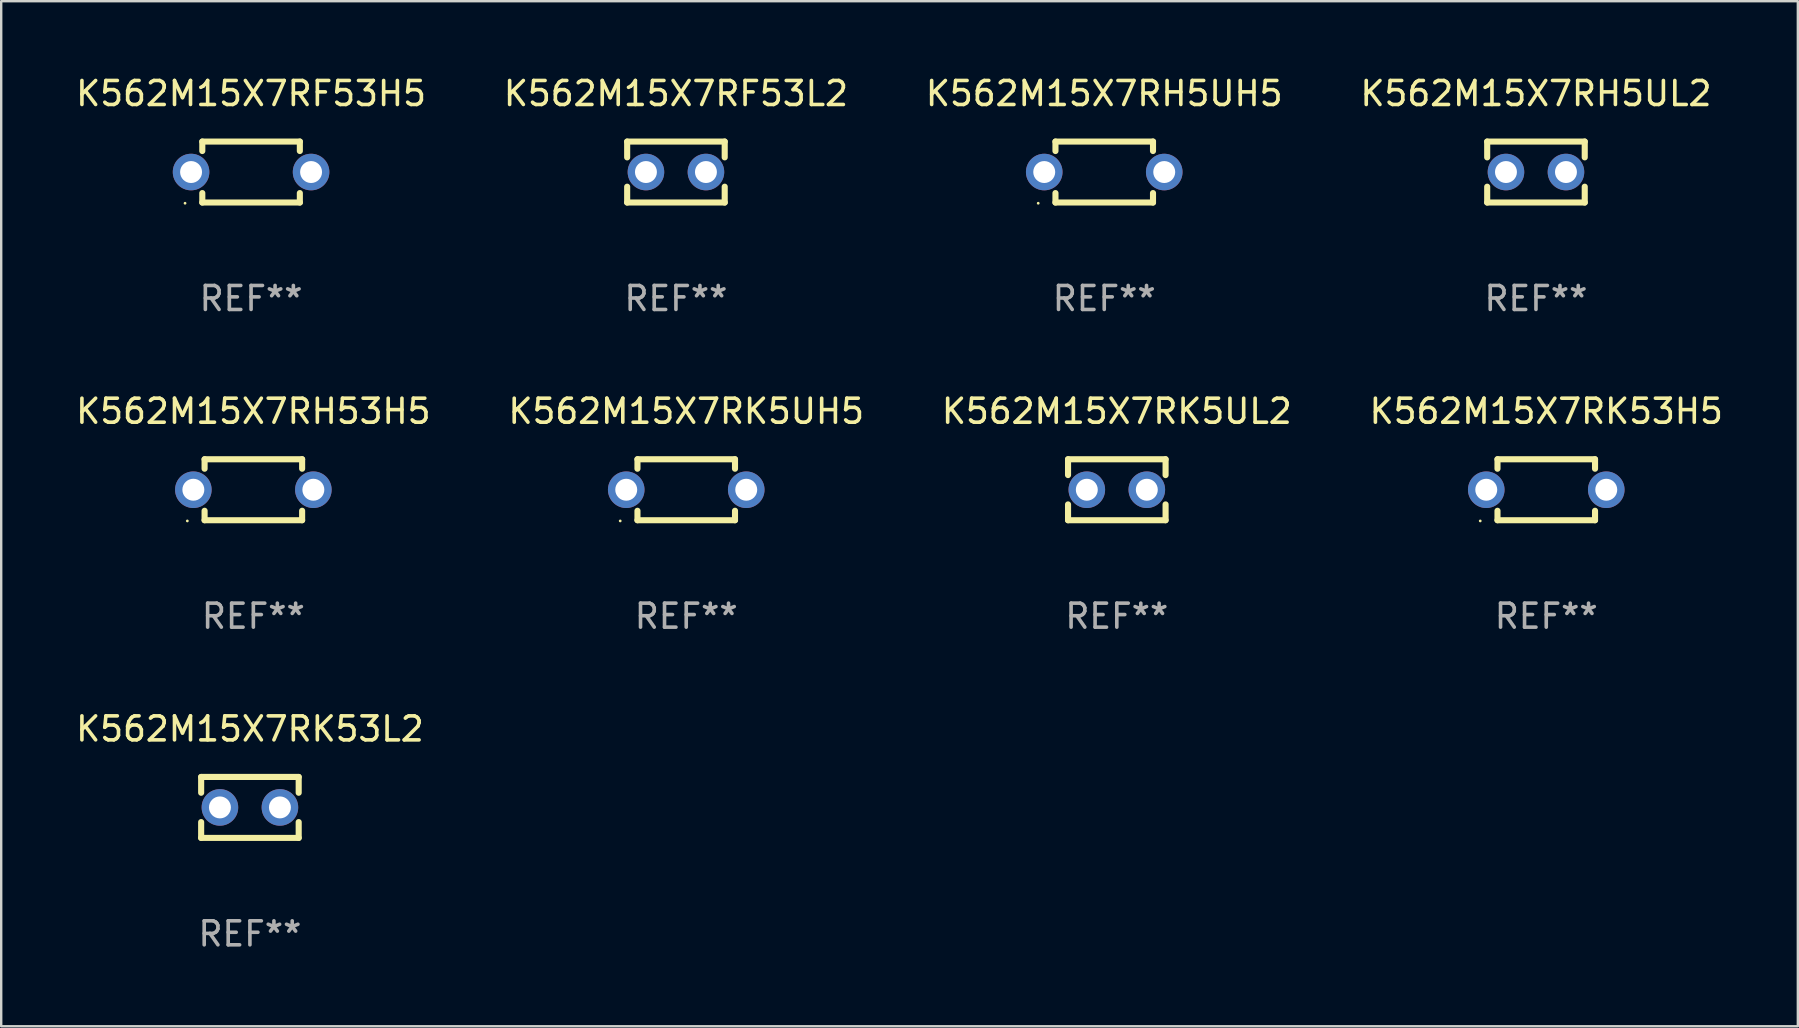
<source format=kicad_pcb>
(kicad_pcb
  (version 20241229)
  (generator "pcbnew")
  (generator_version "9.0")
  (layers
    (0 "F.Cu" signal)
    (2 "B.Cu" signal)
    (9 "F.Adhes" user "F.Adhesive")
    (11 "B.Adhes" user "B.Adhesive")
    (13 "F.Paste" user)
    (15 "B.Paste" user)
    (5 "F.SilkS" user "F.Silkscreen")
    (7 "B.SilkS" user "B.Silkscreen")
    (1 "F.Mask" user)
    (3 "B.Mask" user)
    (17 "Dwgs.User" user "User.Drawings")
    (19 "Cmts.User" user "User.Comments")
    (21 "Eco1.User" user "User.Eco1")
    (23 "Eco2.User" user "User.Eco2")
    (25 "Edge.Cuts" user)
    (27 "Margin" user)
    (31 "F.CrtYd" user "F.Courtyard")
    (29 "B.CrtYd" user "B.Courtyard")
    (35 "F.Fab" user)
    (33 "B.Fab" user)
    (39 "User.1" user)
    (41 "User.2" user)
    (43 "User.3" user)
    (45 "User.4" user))
  (footprint "K562M15X7RK5UH5"
    (layer "F.Cu")
    (at 25.542 17.355)
    (property "Reference" "K562M15X7RK5UH5" (at 0 -3.27 0) (layer "F.SilkS") (effects (font (size 1 1) (thickness 0.15))))
    (attr through_hole)
    (fp_line (start -2.032 -1.27) (end -2.032 -0.876) (stroke (width 0.254) (type solid)) (layer "F.SilkS"))
    (fp_line (start -2.032 0.876) (end -2.032 1.27) (stroke (width 0.254) (type solid)) (layer "F.SilkS"))
    (fp_line (start -2.032 1.27) (end 2.032 1.27) (stroke (width 0.254) (type solid)) (layer "F.SilkS"))
    (fp_line (start 2.032 -1.27) (end -2.032 -1.27) (stroke (width 0.254) (type solid)) (layer "F.SilkS"))
    (fp_line (start 2.032 -0.876) (end 2.032 -1.27) (stroke (width 0.254) (type solid)) (layer "F.SilkS"))
    (fp_line (start 2.032 1.27) (end 2.032 0.876) (stroke (width 0.254) (type solid)) (layer "F.SilkS"))
    (fp_circle (center -2.751 1.3) (end -2.721 1.3) (stroke (width 0.06) (type solid)) (fill no) (layer "F.SilkS"))
    (fp_text user "REF**" (at 0 5.27 0) (layer "F.Fab") (effects (font (size 1 1) (thickness 0.15))))
    (pad "1" thru_hole circle (at -2.5 0) (size 1.524 1.524) (drill 0.914) (layers "*.Cu" "*.Mask"))
    (pad "2" thru_hole circle (at 2.5 0) (size 1.524 1.524) (drill 0.914) (layers "*.Cu" "*.Mask")))
  (footprint "K562M15X7RF53H5"
    (layer "F.Cu")
    (at 7.411 4.118)
    (property "Reference" "K562M15X7RF53H5" (at 0 -3.27 0) (layer "F.SilkS") (effects (font (size 1 1) (thickness 0.15))))
    (attr through_hole)
    (fp_line (start -2.032 -1.27) (end -2.032 -0.876) (stroke (width 0.254) (type solid)) (layer "F.SilkS"))
    (fp_line (start -2.032 0.876) (end -2.032 1.27) (stroke (width 0.254) (type solid)) (layer "F.SilkS"))
    (fp_line (start -2.032 1.27) (end 2.032 1.27) (stroke (width 0.254) (type solid)) (layer "F.SilkS"))
    (fp_line (start 2.032 -1.27) (end -2.032 -1.27) (stroke (width 0.254) (type solid)) (layer "F.SilkS"))
    (fp_line (start 2.032 -0.876) (end 2.032 -1.27) (stroke (width 0.254) (type solid)) (layer "F.SilkS"))
    (fp_line (start 2.032 1.27) (end 2.032 0.876) (stroke (width 0.254) (type solid)) (layer "F.SilkS"))
    (fp_circle (center -2.751 1.3) (end -2.721 1.3) (stroke (width 0.06) (type solid)) (fill no) (layer "F.SilkS"))
    (fp_text user "REF**" (at 0 5.27 0) (layer "F.Fab") (effects (font (size 1 1) (thickness 0.15))))
    (pad "1" thru_hole circle (at -2.5 0) (size 1.524 1.524) (drill 0.914) (layers "*.Cu" "*.Mask"))
    (pad "2" thru_hole circle (at 2.5 0) (size 1.524 1.524) (drill 0.914) (layers "*.Cu" "*.Mask")))
  (footprint "K562M15X7RK5UL2"
    (layer "F.Cu")
    (at 43.482 17.355)
    (property "Reference" "K562M15X7RK5UL2" (at 0 -3.27 0) (layer "F.SilkS") (effects (font (size 1 1) (thickness 0.15))))
    (attr through_hole)
    (fp_line (start -2.032 -1.27) (end -2.032 -0.611) (stroke (width 0.254) (type solid)) (layer "F.SilkS"))
    (fp_line (start -2.032 0.611) (end -2.032 1.27) (stroke (width 0.254) (type solid)) (layer "F.SilkS"))
    (fp_line (start -2.032 1.27) (end 2.032 1.27) (stroke (width 0.254) (type solid)) (layer "F.SilkS"))
    (fp_line (start 2.032 -1.27) (end -2.032 -1.27) (stroke (width 0.254) (type solid)) (layer "F.SilkS"))
    (fp_line (start 2.032 -0.611) (end 2.032 -1.27) (stroke (width 0.254) (type solid)) (layer "F.SilkS"))
    (fp_line (start 2.032 1.27) (end 2.032 0.611) (stroke (width 0.254) (type solid)) (layer "F.SilkS"))
    (fp_circle (center -2 1.3) (end -1.97 1.3) (stroke (width 0.06) (type solid)) (fill no) (layer "F.SilkS"))
    (fp_text user "REF**" (at 0 5.27 0) (layer "F.Fab") (effects (font (size 1 1) (thickness 0.15))))
    (pad "1" thru_hole circle (at -1.25 0) (size 1.524 1.524) (drill 0.914) (layers "*.Cu" "*.Mask"))
    (pad "2" thru_hole circle (at 1.25 0) (size 1.524 1.524) (drill 0.914) (layers "*.Cu" "*.Mask")))
  (footprint "K562M15X7RF53L2"
    (layer "F.Cu")
    (at 25.113 4.118)
    (property "Reference" "K562M15X7RF53L2" (at 0 -3.27 0) (layer "F.SilkS") (effects (font (size 1 1) (thickness 0.15))))
    (attr through_hole)
    (fp_line (start -2.032 -1.27) (end -2.032 -0.611) (stroke (width 0.254) (type solid)) (layer "F.SilkS"))
    (fp_line (start -2.032 0.611) (end -2.032 1.27) (stroke (width 0.254) (type solid)) (layer "F.SilkS"))
    (fp_line (start -2.032 1.27) (end 2.032 1.27) (stroke (width 0.254) (type solid)) (layer "F.SilkS"))
    (fp_line (start 2.032 -1.27) (end -2.032 -1.27) (stroke (width 0.254) (type solid)) (layer "F.SilkS"))
    (fp_line (start 2.032 -0.611) (end 2.032 -1.27) (stroke (width 0.254) (type solid)) (layer "F.SilkS"))
    (fp_line (start 2.032 1.27) (end 2.032 0.611) (stroke (width 0.254) (type solid)) (layer "F.SilkS"))
    (fp_circle (center -2 1.3) (end -1.97 1.3) (stroke (width 0.06) (type solid)) (fill no) (layer "F.SilkS"))
    (fp_text user "REF**" (at 0 5.27 0) (layer "F.Fab") (effects (font (size 1 1) (thickness 0.15))))
    (pad "1" thru_hole circle (at -1.25 0) (size 1.524 1.524) (drill 0.914) (layers "*.Cu" "*.Mask"))
    (pad "2" thru_hole circle (at 1.25 0) (size 1.524 1.524) (drill 0.914) (layers "*.Cu" "*.Mask")))
  (footprint "K562M15X7RK53H5"
    (layer "F.Cu")
    (at 61.375 17.355)
    (property "Reference" "K562M15X7RK53H5" (at 0 -3.27 0) (layer "F.SilkS") (effects (font (size 1 1) (thickness 0.15))))
    (attr through_hole)
    (fp_line (start -2.032 -1.27) (end -2.032 -0.876) (stroke (width 0.254) (type solid)) (layer "F.SilkS"))
    (fp_line (start -2.032 0.876) (end -2.032 1.27) (stroke (width 0.254) (type solid)) (layer "F.SilkS"))
    (fp_line (start -2.032 1.27) (end 2.032 1.27) (stroke (width 0.254) (type solid)) (layer "F.SilkS"))
    (fp_line (start 2.032 -1.27) (end -2.032 -1.27) (stroke (width 0.254) (type solid)) (layer "F.SilkS"))
    (fp_line (start 2.032 -0.876) (end 2.032 -1.27) (stroke (width 0.254) (type solid)) (layer "F.SilkS"))
    (fp_line (start 2.032 1.27) (end 2.032 0.876) (stroke (width 0.254) (type solid)) (layer "F.SilkS"))
    (fp_circle (center -2.751 1.3) (end -2.721 1.3) (stroke (width 0.06) (type solid)) (fill no) (layer "F.SilkS"))
    (fp_text user "REF**" (at 0 5.27 0) (layer "F.Fab") (effects (font (size 1 1) (thickness 0.15))))
    (pad "1" thru_hole circle (at -2.5 0) (size 1.524 1.524) (drill 0.914) (layers "*.Cu" "*.Mask"))
    (pad "2" thru_hole circle (at 2.5 0) (size 1.524 1.524) (drill 0.914) (layers "*.Cu" "*.Mask")))
  (footprint "K562M15X7RH5UL2"
    (layer "F.Cu")
    (at 60.946 4.118)
    (property "Reference" "K562M15X7RH5UL2" (at 0 -3.27 0) (layer "F.SilkS") (effects (font (size 1 1) (thickness 0.15))))
    (attr through_hole)
    (fp_line (start -2.032 -1.27) (end -2.032 -0.611) (stroke (width 0.254) (type solid)) (layer "F.SilkS"))
    (fp_line (start -2.032 0.611) (end -2.032 1.27) (stroke (width 0.254) (type solid)) (layer "F.SilkS"))
    (fp_line (start -2.032 1.27) (end 2.032 1.27) (stroke (width 0.254) (type solid)) (layer "F.SilkS"))
    (fp_line (start 2.032 -1.27) (end -2.032 -1.27) (stroke (width 0.254) (type solid)) (layer "F.SilkS"))
    (fp_line (start 2.032 -0.611) (end 2.032 -1.27) (stroke (width 0.254) (type solid)) (layer "F.SilkS"))
    (fp_line (start 2.032 1.27) (end 2.032 0.611) (stroke (width 0.254) (type solid)) (layer "F.SilkS"))
    (fp_circle (center -2 1.3) (end -1.97 1.3) (stroke (width 0.06) (type solid)) (fill no) (layer "F.SilkS"))
    (fp_text user "REF**" (at 0 5.27 0) (layer "F.Fab") (effects (font (size 1 1) (thickness 0.15))))
    (pad "1" thru_hole circle (at -1.25 0) (size 1.524 1.524) (drill 0.914) (layers "*.Cu" "*.Mask"))
    (pad "2" thru_hole circle (at 1.25 0) (size 1.524 1.524) (drill 0.914) (layers "*.Cu" "*.Mask")))
  (footprint "K562M15X7RH5UH5"
    (layer "F.Cu")
    (at 42.958 4.118)
    (property "Reference" "K562M15X7RH5UH5" (at 0 -3.27 0) (layer "F.SilkS") (effects (font (size 1 1) (thickness 0.15))))
    (attr through_hole)
    (fp_line (start -2.032 -1.27) (end -2.032 -0.876) (stroke (width 0.254) (type solid)) (layer "F.SilkS"))
    (fp_line (start -2.032 0.876) (end -2.032 1.27) (stroke (width 0.254) (type solid)) (layer "F.SilkS"))
    (fp_line (start -2.032 1.27) (end 2.032 1.27) (stroke (width 0.254) (type solid)) (layer "F.SilkS"))
    (fp_line (start 2.032 -1.27) (end -2.032 -1.27) (stroke (width 0.254) (type solid)) (layer "F.SilkS"))
    (fp_line (start 2.032 -0.876) (end 2.032 -1.27) (stroke (width 0.254) (type solid)) (layer "F.SilkS"))
    (fp_line (start 2.032 1.27) (end 2.032 0.876) (stroke (width 0.254) (type solid)) (layer "F.SilkS"))
    (fp_circle (center -2.751 1.3) (end -2.721 1.3) (stroke (width 0.06) (type solid)) (fill no) (layer "F.SilkS"))
    (fp_text user "REF**" (at 0 5.27 0) (layer "F.Fab") (effects (font (size 1 1) (thickness 0.15))))
    (pad "1" thru_hole circle (at -2.5 0) (size 1.524 1.524) (drill 0.914) (layers "*.Cu" "*.Mask"))
    (pad "2" thru_hole circle (at 2.5 0) (size 1.524 1.524) (drill 0.914) (layers "*.Cu" "*.Mask")))
  (footprint "K562M15X7RH53H5"
    (layer "F.Cu")
    (at 7.506 17.355)
    (property "Reference" "K562M15X7RH53H5" (at 0 -3.27 0) (layer "F.SilkS") (effects (font (size 1 1) (thickness 0.15))))
    (attr through_hole)
    (fp_line (start -2.032 -1.27) (end -2.032 -0.876) (stroke (width 0.254) (type solid)) (layer "F.SilkS"))
    (fp_line (start -2.032 0.876) (end -2.032 1.27) (stroke (width 0.254) (type solid)) (layer "F.SilkS"))
    (fp_line (start -2.032 1.27) (end 2.032 1.27) (stroke (width 0.254) (type solid)) (layer "F.SilkS"))
    (fp_line (start 2.032 -1.27) (end -2.032 -1.27) (stroke (width 0.254) (type solid)) (layer "F.SilkS"))
    (fp_line (start 2.032 -0.876) (end 2.032 -1.27) (stroke (width 0.254) (type solid)) (layer "F.SilkS"))
    (fp_line (start 2.032 1.27) (end 2.032 0.876) (stroke (width 0.254) (type solid)) (layer "F.SilkS"))
    (fp_circle (center -2.751 1.3) (end -2.721 1.3) (stroke (width 0.06) (type solid)) (fill no) (layer "F.SilkS"))
    (fp_text user "REF**" (at 0 5.27 0) (layer "F.Fab") (effects (font (size 1 1) (thickness 0.15))))
    (pad "1" thru_hole circle (at -2.5 0) (size 1.524 1.524) (drill 0.914) (layers "*.Cu" "*.Mask"))
    (pad "2" thru_hole circle (at 2.5 0) (size 1.524 1.524) (drill 0.914) (layers "*.Cu" "*.Mask")))
  (footprint "K562M15X7RK53L2"
    (layer "F.Cu")
    (at 7.363 30.591)
    (property "Reference" "K562M15X7RK53L2" (at 0 -3.27 0) (layer "F.SilkS") (effects (font (size 1 1) (thickness 0.15))))
    (attr through_hole)
    (fp_line (start -2.032 -1.27) (end -2.032 -0.611) (stroke (width 0.254) (type solid)) (layer "F.SilkS"))
    (fp_line (start -2.032 0.611) (end -2.032 1.27) (stroke (width 0.254) (type solid)) (layer "F.SilkS"))
    (fp_line (start -2.032 1.27) (end 2.032 1.27) (stroke (width 0.254) (type solid)) (layer "F.SilkS"))
    (fp_line (start 2.032 -1.27) (end -2.032 -1.27) (stroke (width 0.254) (type solid)) (layer "F.SilkS"))
    (fp_line (start 2.032 -0.611) (end 2.032 -1.27) (stroke (width 0.254) (type solid)) (layer "F.SilkS"))
    (fp_line (start 2.032 1.27) (end 2.032 0.611) (stroke (width 0.254) (type solid)) (layer "F.SilkS"))
    (fp_circle (center -2 1.3) (end -1.97 1.3) (stroke (width 0.06) (type solid)) (fill no) (layer "F.SilkS"))
    (fp_text user "REF**" (at 0 5.27 0) (layer "F.Fab") (effects (font (size 1 1) (thickness 0.15))))
    (pad "1" thru_hole circle (at -1.25 0) (size 1.524 1.524) (drill 0.914) (layers "*.Cu" "*.Mask"))
    (pad "2" thru_hole circle (at 1.25 0) (size 1.524 1.524) (drill 0.914) (layers "*.Cu" "*.Mask")))
  (gr_rect
    (start -3 -3)
    (end 71.857 39.71)
    (stroke (width 0.1) (type default))
    (fill no)
    (layer "Edge.Cuts")))
</source>
